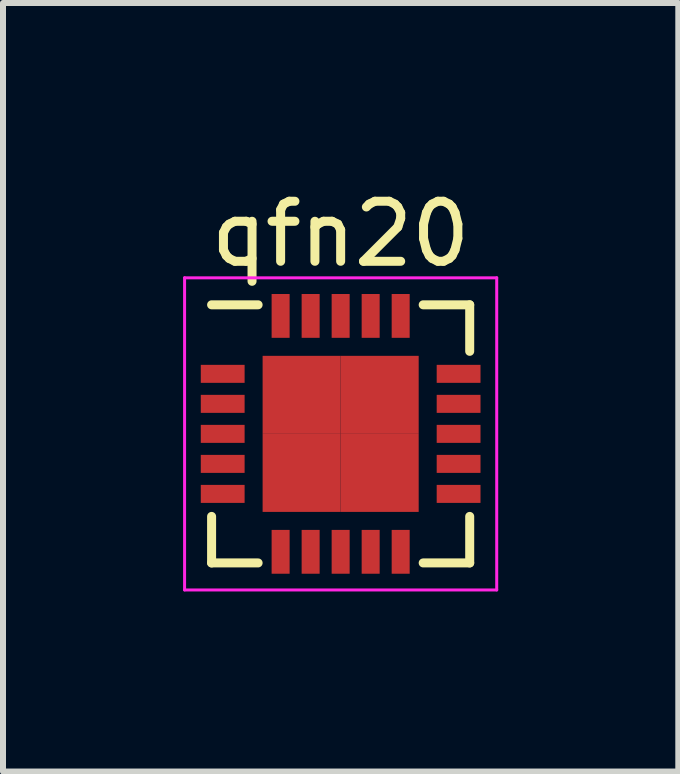
<source format=kicad_pcb>
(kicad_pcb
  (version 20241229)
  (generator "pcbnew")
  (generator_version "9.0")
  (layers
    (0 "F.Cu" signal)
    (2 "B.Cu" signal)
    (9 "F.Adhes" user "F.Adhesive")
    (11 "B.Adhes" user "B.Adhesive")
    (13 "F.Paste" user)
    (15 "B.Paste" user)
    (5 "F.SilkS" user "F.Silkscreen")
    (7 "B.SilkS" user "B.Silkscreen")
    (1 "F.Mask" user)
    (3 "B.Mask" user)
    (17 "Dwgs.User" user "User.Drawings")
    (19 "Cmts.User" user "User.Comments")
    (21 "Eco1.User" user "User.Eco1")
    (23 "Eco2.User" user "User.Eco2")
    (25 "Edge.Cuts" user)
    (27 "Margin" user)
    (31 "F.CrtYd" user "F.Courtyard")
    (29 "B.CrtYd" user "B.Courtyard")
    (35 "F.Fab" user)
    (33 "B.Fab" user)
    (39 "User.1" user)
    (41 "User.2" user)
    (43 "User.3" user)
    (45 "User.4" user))
  (footprint "qfn20"
    (layer "F.Cu")
    (at 2.625 4.178)
    (property "Reference" "qfn20" (at 0 -3.33 0) (layer "F.SilkS") (effects (font (size 1 1) (thickness 0.15))))
    (attr smd)
    (fp_line (start -2.15 -2.15) (end -1.375 -2.15) (stroke (width 0.15) (type solid)) (layer "F.SilkS"))
    (fp_line (start -2.15 2.15) (end -2.15 1.375) (stroke (width 0.15) (type solid)) (layer "F.SilkS"))
    (fp_line (start -2.15 2.15) (end -1.375 2.15) (stroke (width 0.15) (type solid)) (layer "F.SilkS"))
    (fp_line (start 2.15 -2.15) (end 1.375 -2.15) (stroke (width 0.15) (type solid)) (layer "F.SilkS"))
    (fp_line (start 2.15 -2.15) (end 2.15 -1.375) (stroke (width 0.15) (type solid)) (layer "F.SilkS"))
    (fp_line (start 2.15 2.15) (end 1.375 2.15) (stroke (width 0.15) (type solid)) (layer "F.SilkS"))
    (fp_line (start 2.15 2.15) (end 2.15 1.375) (stroke (width 0.15) (type solid)) (layer "F.SilkS"))
    (fp_line (start -2.6 -2.6) (end -2.6 2.6) (stroke (width 0.05) (type solid)) (layer "F.CrtYd"))
    (fp_line (start -2.6 -2.6) (end 2.6 -2.6) (stroke (width 0.05) (type solid)) (layer "F.CrtYd"))
    (fp_line (start -2.6 2.6) (end 2.6 2.6) (stroke (width 0.05) (type solid)) (layer "F.CrtYd"))
    (fp_line (start 2.6 -2.6) (end 2.6 2.6) (stroke (width 0.05) (type solid)) (layer "F.CrtYd"))
    (pad "1" smd rect (at -1.965 -1) (size 0.73 0.3) (layers "F.Cu" "F.Mask" "F.Paste"))
    (pad "2" smd rect (at -1.965 -0.5) (size 0.73 0.3) (layers "F.Cu" "F.Mask" "F.Paste"))
    (pad "3" smd rect (at -1.965 0) (size 0.73 0.3) (layers "F.Cu" "F.Mask" "F.Paste"))
    (pad "4" smd rect (at -1.965 0.5) (size 0.73 0.3) (layers "F.Cu" "F.Mask" "F.Paste"))
    (pad "5" smd rect (at -1.965 1) (size 0.73 0.3) (layers "F.Cu" "F.Mask" "F.Paste"))
    (pad "6" smd rect (at -1 1.965 90) (size 0.73 0.3) (layers "F.Cu" "F.Mask" "F.Paste"))
    (pad "7" smd rect (at -0.5 1.965 90) (size 0.73 0.3) (layers "F.Cu" "F.Mask" "F.Paste"))
    (pad "8" smd rect (at 0 1.965 90) (size 0.73 0.3) (layers "F.Cu" "F.Mask" "F.Paste"))
    (pad "9" smd rect (at 0.5 1.965 90) (size 0.73 0.3) (layers "F.Cu" "F.Mask" "F.Paste"))
    (pad "10" smd rect (at 1 1.965 90) (size 0.73 0.3) (layers "F.Cu" "F.Mask" "F.Paste"))
    (pad "11" smd rect (at 1.965 1) (size 0.73 0.3) (layers "F.Cu" "F.Mask" "F.Paste"))
    (pad "12" smd rect (at 1.965 0.5) (size 0.73 0.3) (layers "F.Cu" "F.Mask" "F.Paste"))
    (pad "13" smd rect (at 1.965 0) (size 0.73 0.3) (layers "F.Cu" "F.Mask" "F.Paste"))
    (pad "14" smd rect (at 1.965 -0.5) (size 0.73 0.3) (layers "F.Cu" "F.Mask" "F.Paste"))
    (pad "15" smd rect (at 1.965 -1) (size 0.73 0.3) (layers "F.Cu" "F.Mask" "F.Paste"))
    (pad "16" smd rect (at 1 -1.965 90) (size 0.73 0.3) (layers "F.Cu" "F.Mask" "F.Paste"))
    (pad "17" smd rect (at 0.5 -1.965 90) (size 0.73 0.3) (layers "F.Cu" "F.Mask" "F.Paste"))
    (pad "18" smd rect (at 0 -1.965 90) (size 0.73 0.3) (layers "F.Cu" "F.Mask" "F.Paste"))
    (pad "19" smd rect (at -0.5 -1.965 90) (size 0.73 0.3) (layers "F.Cu" "F.Mask" "F.Paste"))
    (pad "20" smd rect (at -1 -1.965 90) (size 0.73 0.3) (layers "F.Cu" "F.Mask" "F.Paste"))
    (pad "21" smd rect (at -0.65 -0.65) (size 1.3 1.3) (layers "F.Cu" "F.Mask" "F.Paste"))
    (pad "21" smd rect (at -0.65 0.65) (size 1.3 1.3) (layers "F.Cu" "F.Mask" "F.Paste"))
    (pad "21" smd rect (at 0.65 -0.65) (size 1.3 1.3) (layers "F.Cu" "F.Mask" "F.Paste"))
    (pad "21" smd rect (at 0.65 0.65) (size 1.3 1.3) (layers "F.Cu" "F.Mask" "F.Paste")))
  (gr_rect
    (start -3 -3)
    (end 8.25 9.803)
    (stroke (width 0.1) (type default))
    (fill no)
    (layer "Edge.Cuts")))
</source>
